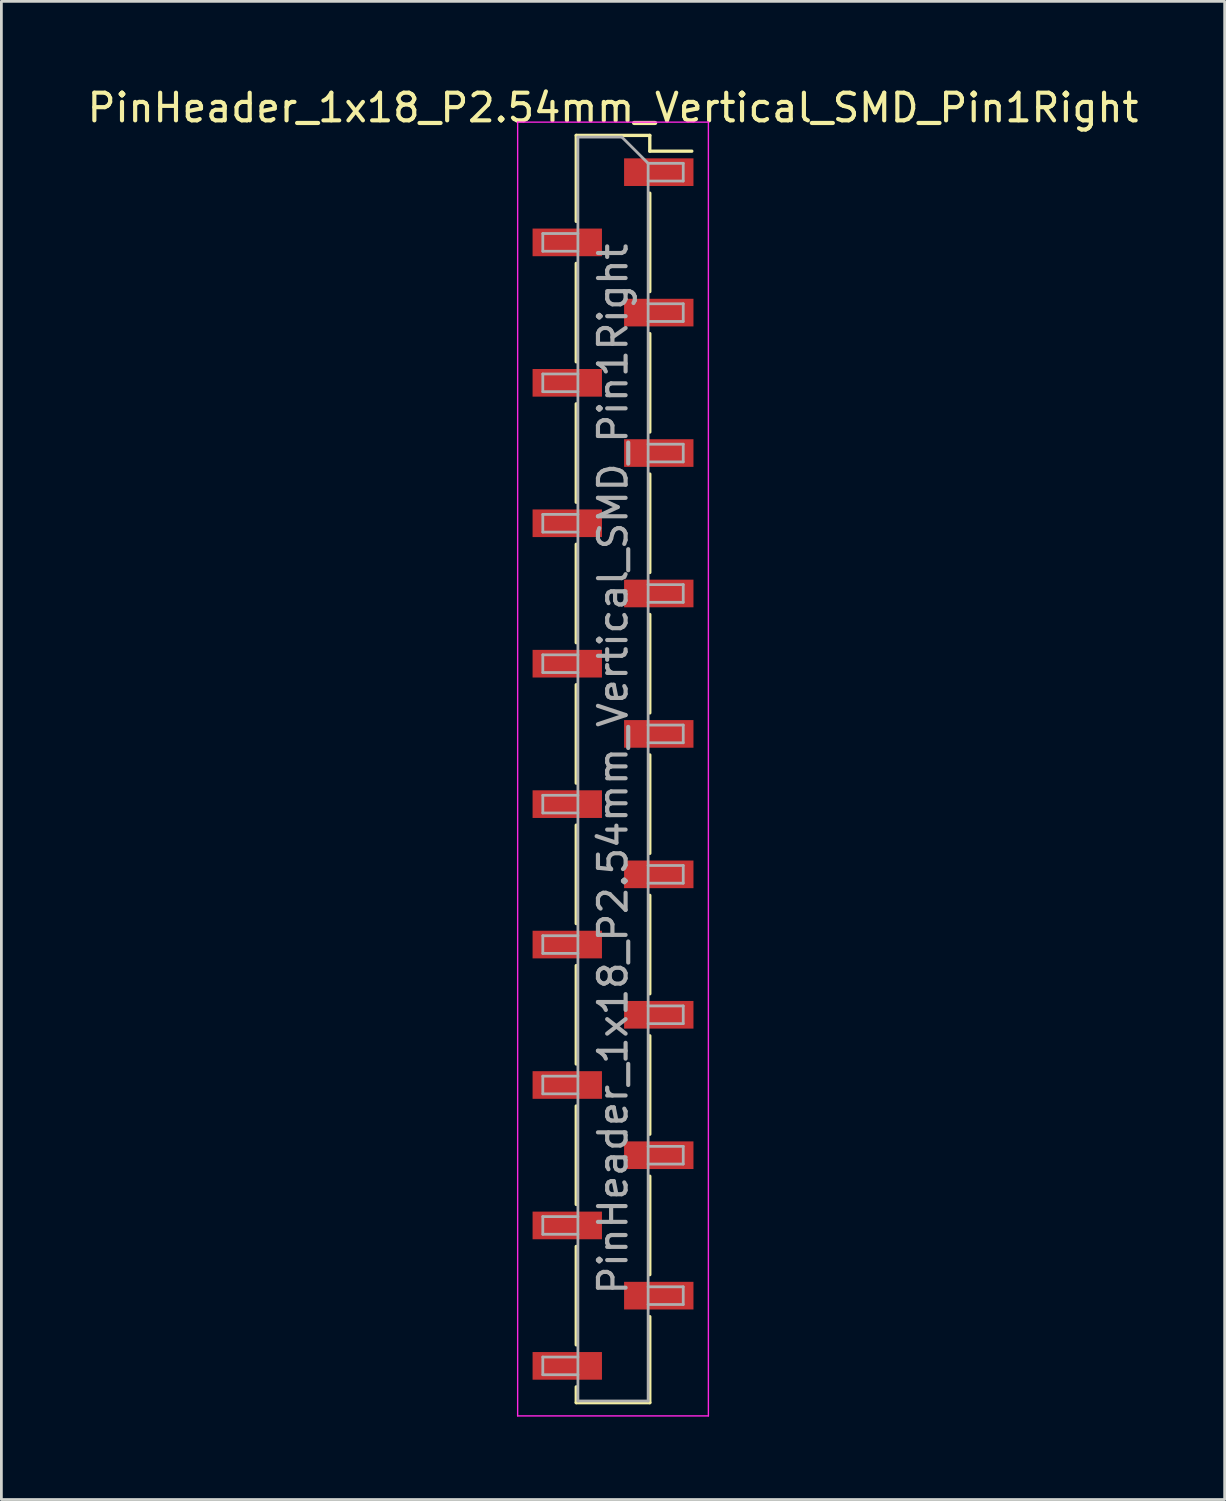
<source format=kicad_pcb>
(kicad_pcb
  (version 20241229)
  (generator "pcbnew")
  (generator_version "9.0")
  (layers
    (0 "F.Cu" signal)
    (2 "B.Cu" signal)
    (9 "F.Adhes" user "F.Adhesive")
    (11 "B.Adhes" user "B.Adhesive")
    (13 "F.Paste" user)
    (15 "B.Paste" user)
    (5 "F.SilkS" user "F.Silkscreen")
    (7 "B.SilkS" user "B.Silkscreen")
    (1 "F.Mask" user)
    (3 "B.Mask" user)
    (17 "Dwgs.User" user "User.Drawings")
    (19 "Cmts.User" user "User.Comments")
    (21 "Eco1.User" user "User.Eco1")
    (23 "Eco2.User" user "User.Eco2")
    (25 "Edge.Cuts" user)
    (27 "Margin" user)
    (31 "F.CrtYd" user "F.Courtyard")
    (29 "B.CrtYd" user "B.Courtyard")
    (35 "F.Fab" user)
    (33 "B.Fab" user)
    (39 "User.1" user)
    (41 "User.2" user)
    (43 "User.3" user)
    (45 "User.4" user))
  (footprint "PinHeader_1x18_P2.54mm_Vertical_SMD_Pin1Right"
    (layer "F.Cu")
    (at 19.125 24.768)
    (property "Reference" "PinHeader_1x18_P2.54mm_Vertical_SMD_Pin1Right" (at 0 -23.92 0) (layer "F.SilkS") (effects (font (size 1 1) (thickness 0.15))))
    (attr smd)
    (fp_line (start -1.33 -22.92) (end -1.33 -19.81) (stroke (width 0.12) (type solid)) (layer "F.SilkS"))
    (fp_line (start -1.33 -22.92) (end 1.33 -22.92) (stroke (width 0.12) (type solid)) (layer "F.SilkS"))
    (fp_line (start -1.33 -18.29) (end -1.33 -14.73) (stroke (width 0.12) (type solid)) (layer "F.SilkS"))
    (fp_line (start -1.33 -13.21) (end -1.33 -9.65) (stroke (width 0.12) (type solid)) (layer "F.SilkS"))
    (fp_line (start -1.33 -8.13) (end -1.33 -4.57) (stroke (width 0.12) (type solid)) (layer "F.SilkS"))
    (fp_line (start -1.33 -3.05) (end -1.33 0.51) (stroke (width 0.12) (type solid)) (layer "F.SilkS"))
    (fp_line (start -1.33 2.03) (end -1.33 5.59) (stroke (width 0.12) (type solid)) (layer "F.SilkS"))
    (fp_line (start -1.33 7.11) (end -1.33 10.67) (stroke (width 0.12) (type solid)) (layer "F.SilkS"))
    (fp_line (start -1.33 12.19) (end -1.33 15.75) (stroke (width 0.12) (type solid)) (layer "F.SilkS"))
    (fp_line (start -1.33 17.27) (end -1.33 20.83) (stroke (width 0.12) (type solid)) (layer "F.SilkS"))
    (fp_line (start -1.33 22.35) (end -1.33 22.92) (stroke (width 0.12) (type solid)) (layer "F.SilkS"))
    (fp_line (start -1.33 22.92) (end 1.33 22.92) (stroke (width 0.12) (type solid)) (layer "F.SilkS"))
    (fp_line (start 1.33 -22.92) (end 1.33 -22.35) (stroke (width 0.12) (type solid)) (layer "F.SilkS"))
    (fp_line (start 1.33 -22.35) (end 2.85 -22.35) (stroke (width 0.12) (type solid)) (layer "F.SilkS"))
    (fp_line (start 1.33 -20.83) (end 1.33 -17.27) (stroke (width 0.12) (type solid)) (layer "F.SilkS"))
    (fp_line (start 1.33 -15.75) (end 1.33 -12.19) (stroke (width 0.12) (type solid)) (layer "F.SilkS"))
    (fp_line (start 1.33 -10.67) (end 1.33 -7.11) (stroke (width 0.12) (type solid)) (layer "F.SilkS"))
    (fp_line (start 1.33 -5.59) (end 1.33 -2.03) (stroke (width 0.12) (type solid)) (layer "F.SilkS"))
    (fp_line (start 1.33 -0.51) (end 1.33 3.05) (stroke (width 0.12) (type solid)) (layer "F.SilkS"))
    (fp_line (start 1.33 4.57) (end 1.33 8.13) (stroke (width 0.12) (type solid)) (layer "F.SilkS"))
    (fp_line (start 1.33 9.65) (end 1.33 13.21) (stroke (width 0.12) (type solid)) (layer "F.SilkS"))
    (fp_line (start 1.33 14.73) (end 1.33 18.29) (stroke (width 0.12) (type solid)) (layer "F.SilkS"))
    (fp_line (start 1.33 19.81) (end 1.33 22.92) (stroke (width 0.12) (type solid)) (layer "F.SilkS"))
    (fp_line (start -3.45 -23.4) (end -3.45 23.4) (stroke (width 0.05) (type solid)) (layer "F.CrtYd"))
    (fp_line (start -3.45 23.4) (end 3.45 23.4) (stroke (width 0.05) (type solid)) (layer "F.CrtYd"))
    (fp_line (start 3.45 -23.4) (end -3.45 -23.4) (stroke (width 0.05) (type solid)) (layer "F.CrtYd"))
    (fp_line (start 3.45 23.4) (end 3.45 -23.4) (stroke (width 0.05) (type solid)) (layer "F.CrtYd"))
    (fp_line (start -2.54 -19.37) (end -2.54 -18.73) (stroke (width 0.1) (type solid)) (layer "F.Fab"))
    (fp_line (start -2.54 -18.73) (end -1.27 -18.73) (stroke (width 0.1) (type solid)) (layer "F.Fab"))
    (fp_line (start -2.54 -14.29) (end -2.54 -13.65) (stroke (width 0.1) (type solid)) (layer "F.Fab"))
    (fp_line (start -2.54 -13.65) (end -1.27 -13.65) (stroke (width 0.1) (type solid)) (layer "F.Fab"))
    (fp_line (start -2.54 -9.21) (end -2.54 -8.57) (stroke (width 0.1) (type solid)) (layer "F.Fab"))
    (fp_line (start -2.54 -8.57) (end -1.27 -8.57) (stroke (width 0.1) (type solid)) (layer "F.Fab"))
    (fp_line (start -2.54 -4.13) (end -2.54 -3.49) (stroke (width 0.1) (type solid)) (layer "F.Fab"))
    (fp_line (start -2.54 -3.49) (end -1.27 -3.49) (stroke (width 0.1) (type solid)) (layer "F.Fab"))
    (fp_line (start -2.54 0.95) (end -2.54 1.59) (stroke (width 0.1) (type solid)) (layer "F.Fab"))
    (fp_line (start -2.54 1.59) (end -1.27 1.59) (stroke (width 0.1) (type solid)) (layer "F.Fab"))
    (fp_line (start -2.54 6.03) (end -2.54 6.67) (stroke (width 0.1) (type solid)) (layer "F.Fab"))
    (fp_line (start -2.54 6.67) (end -1.27 6.67) (stroke (width 0.1) (type solid)) (layer "F.Fab"))
    (fp_line (start -2.54 11.11) (end -2.54 11.75) (stroke (width 0.1) (type solid)) (layer "F.Fab"))
    (fp_line (start -2.54 11.75) (end -1.27 11.75) (stroke (width 0.1) (type solid)) (layer "F.Fab"))
    (fp_line (start -2.54 16.19) (end -2.54 16.83) (stroke (width 0.1) (type solid)) (layer "F.Fab"))
    (fp_line (start -2.54 16.83) (end -1.27 16.83) (stroke (width 0.1) (type solid)) (layer "F.Fab"))
    (fp_line (start -2.54 21.27) (end -2.54 21.91) (stroke (width 0.1) (type solid)) (layer "F.Fab"))
    (fp_line (start -2.54 21.91) (end -1.27 21.91) (stroke (width 0.1) (type solid)) (layer "F.Fab"))
    (fp_line (start -1.27 -22.86) (end -1.27 22.86) (stroke (width 0.1) (type solid)) (layer "F.Fab"))
    (fp_line (start -1.27 -22.86) (end 0.32 -22.86) (stroke (width 0.1) (type solid)) (layer "F.Fab"))
    (fp_line (start -1.27 -19.37) (end -2.54 -19.37) (stroke (width 0.1) (type solid)) (layer "F.Fab"))
    (fp_line (start -1.27 -14.29) (end -2.54 -14.29) (stroke (width 0.1) (type solid)) (layer "F.Fab"))
    (fp_line (start -1.27 -9.21) (end -2.54 -9.21) (stroke (width 0.1) (type solid)) (layer "F.Fab"))
    (fp_line (start -1.27 -4.13) (end -2.54 -4.13) (stroke (width 0.1) (type solid)) (layer "F.Fab"))
    (fp_line (start -1.27 0.95) (end -2.54 0.95) (stroke (width 0.1) (type solid)) (layer "F.Fab"))
    (fp_line (start -1.27 6.03) (end -2.54 6.03) (stroke (width 0.1) (type solid)) (layer "F.Fab"))
    (fp_line (start -1.27 11.11) (end -2.54 11.11) (stroke (width 0.1) (type solid)) (layer "F.Fab"))
    (fp_line (start -1.27 16.19) (end -2.54 16.19) (stroke (width 0.1) (type solid)) (layer "F.Fab"))
    (fp_line (start -1.27 21.27) (end -2.54 21.27) (stroke (width 0.1) (type solid)) (layer "F.Fab"))
    (fp_line (start 1.27 -21.91) (end 0.32 -22.86) (stroke (width 0.1) (type solid)) (layer "F.Fab"))
    (fp_line (start 1.27 -21.91) (end 2.54 -21.91) (stroke (width 0.1) (type solid)) (layer "F.Fab"))
    (fp_line (start 1.27 -16.83) (end 2.54 -16.83) (stroke (width 0.1) (type solid)) (layer "F.Fab"))
    (fp_line (start 1.27 -11.75) (end 2.54 -11.75) (stroke (width 0.1) (type solid)) (layer "F.Fab"))
    (fp_line (start 1.27 -6.67) (end 2.54 -6.67) (stroke (width 0.1) (type solid)) (layer "F.Fab"))
    (fp_line (start 1.27 -1.59) (end 2.54 -1.59) (stroke (width 0.1) (type solid)) (layer "F.Fab"))
    (fp_line (start 1.27 3.49) (end 2.54 3.49) (stroke (width 0.1) (type solid)) (layer "F.Fab"))
    (fp_line (start 1.27 8.57) (end 2.54 8.57) (stroke (width 0.1) (type solid)) (layer "F.Fab"))
    (fp_line (start 1.27 13.65) (end 2.54 13.65) (stroke (width 0.1) (type solid)) (layer "F.Fab"))
    (fp_line (start 1.27 18.73) (end 2.54 18.73) (stroke (width 0.1) (type solid)) (layer "F.Fab"))
    (fp_line (start 1.27 22.86) (end -1.27 22.86) (stroke (width 0.1) (type solid)) (layer "F.Fab"))
    (fp_line (start 1.27 22.86) (end 1.27 -21.91) (stroke (width 0.1) (type solid)) (layer "F.Fab"))
    (fp_line (start 2.54 -21.91) (end 2.54 -21.27) (stroke (width 0.1) (type solid)) (layer "F.Fab"))
    (fp_line (start 2.54 -21.27) (end 1.27 -21.27) (stroke (width 0.1) (type solid)) (layer "F.Fab"))
    (fp_line (start 2.54 -16.83) (end 2.54 -16.19) (stroke (width 0.1) (type solid)) (layer "F.Fab"))
    (fp_line (start 2.54 -16.19) (end 1.27 -16.19) (stroke (width 0.1) (type solid)) (layer "F.Fab"))
    (fp_line (start 2.54 -11.75) (end 2.54 -11.11) (stroke (width 0.1) (type solid)) (layer "F.Fab"))
    (fp_line (start 2.54 -11.11) (end 1.27 -11.11) (stroke (width 0.1) (type solid)) (layer "F.Fab"))
    (fp_line (start 2.54 -6.67) (end 2.54 -6.03) (stroke (width 0.1) (type solid)) (layer "F.Fab"))
    (fp_line (start 2.54 -6.03) (end 1.27 -6.03) (stroke (width 0.1) (type solid)) (layer "F.Fab"))
    (fp_line (start 2.54 -1.59) (end 2.54 -0.95) (stroke (width 0.1) (type solid)) (layer "F.Fab"))
    (fp_line (start 2.54 -0.95) (end 1.27 -0.95) (stroke (width 0.1) (type solid)) (layer "F.Fab"))
    (fp_line (start 2.54 3.49) (end 2.54 4.13) (stroke (width 0.1) (type solid)) (layer "F.Fab"))
    (fp_line (start 2.54 4.13) (end 1.27 4.13) (stroke (width 0.1) (type solid)) (layer "F.Fab"))
    (fp_line (start 2.54 8.57) (end 2.54 9.21) (stroke (width 0.1) (type solid)) (layer "F.Fab"))
    (fp_line (start 2.54 9.21) (end 1.27 9.21) (stroke (width 0.1) (type solid)) (layer "F.Fab"))
    (fp_line (start 2.54 13.65) (end 2.54 14.29) (stroke (width 0.1) (type solid)) (layer "F.Fab"))
    (fp_line (start 2.54 14.29) (end 1.27 14.29) (stroke (width 0.1) (type solid)) (layer "F.Fab"))
    (fp_line (start 2.54 18.73) (end 2.54 19.37) (stroke (width 0.1) (type solid)) (layer "F.Fab"))
    (fp_line (start 2.54 19.37) (end 1.27 19.37) (stroke (width 0.1) (type solid)) (layer "F.Fab"))
    (fp_text user "${REFERENCE}" (at 0 0 90) (layer "F.Fab") (effects (font (size 1 1) (thickness 0.15))))
    (pad "1" smd rect (at 1.655 -21.59) (size 2.51 1) (layers "F.Cu" "F.Mask" "F.Paste"))
    (pad "2" smd rect (at -1.655 -19.05) (size 2.51 1) (layers "F.Cu" "F.Mask" "F.Paste"))
    (pad "3" smd rect (at 1.655 -16.51) (size 2.51 1) (layers "F.Cu" "F.Mask" "F.Paste"))
    (pad "4" smd rect (at -1.655 -13.97) (size 2.51 1) (layers "F.Cu" "F.Mask" "F.Paste"))
    (pad "5" smd rect (at 1.655 -11.43) (size 2.51 1) (layers "F.Cu" "F.Mask" "F.Paste"))
    (pad "6" smd rect (at -1.655 -8.89) (size 2.51 1) (layers "F.Cu" "F.Mask" "F.Paste"))
    (pad "7" smd rect (at 1.655 -6.35) (size 2.51 1) (layers "F.Cu" "F.Mask" "F.Paste"))
    (pad "8" smd rect (at -1.655 -3.81) (size 2.51 1) (layers "F.Cu" "F.Mask" "F.Paste"))
    (pad "9" smd rect (at 1.655 -1.27) (size 2.51 1) (layers "F.Cu" "F.Mask" "F.Paste"))
    (pad "10" smd rect (at -1.655 1.27) (size 2.51 1) (layers "F.Cu" "F.Mask" "F.Paste"))
    (pad "11" smd rect (at 1.655 3.81) (size 2.51 1) (layers "F.Cu" "F.Mask" "F.Paste"))
    (pad "12" smd rect (at -1.655 6.35) (size 2.51 1) (layers "F.Cu" "F.Mask" "F.Paste"))
    (pad "13" smd rect (at 1.655 8.89) (size 2.51 1) (layers "F.Cu" "F.Mask" "F.Paste"))
    (pad "14" smd rect (at -1.655 11.43) (size 2.51 1) (layers "F.Cu" "F.Mask" "F.Paste"))
    (pad "15" smd rect (at 1.655 13.97) (size 2.51 1) (layers "F.Cu" "F.Mask" "F.Paste"))
    (pad "16" smd rect (at -1.655 16.51) (size 2.51 1) (layers "F.Cu" "F.Mask" "F.Paste"))
    (pad "17" smd rect (at 1.655 19.05) (size 2.51 1) (layers "F.Cu" "F.Mask" "F.Paste"))
    (pad "18" smd rect (at -1.655 21.59) (size 2.51 1) (layers "F.Cu" "F.Mask" "F.Paste")))
  (gr_rect
    (start -3 -3)
    (end 41.25 51.193)
    (stroke (width 0.1) (type default))
    (fill no)
    (layer "Edge.Cuts")))
</source>
